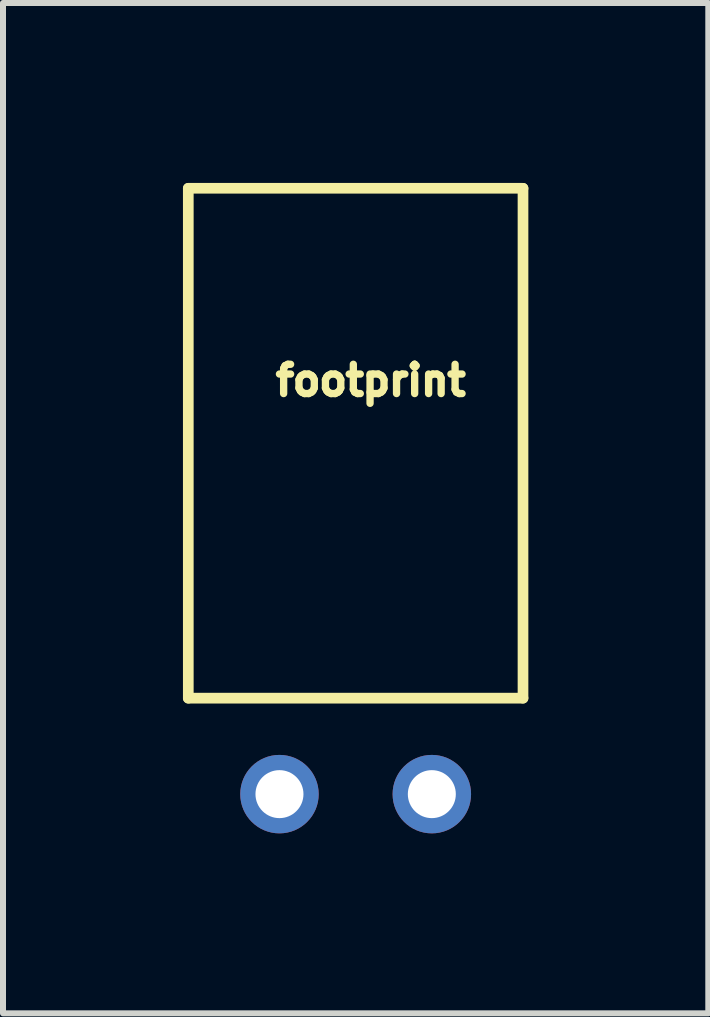
<source format=kicad_pcb>
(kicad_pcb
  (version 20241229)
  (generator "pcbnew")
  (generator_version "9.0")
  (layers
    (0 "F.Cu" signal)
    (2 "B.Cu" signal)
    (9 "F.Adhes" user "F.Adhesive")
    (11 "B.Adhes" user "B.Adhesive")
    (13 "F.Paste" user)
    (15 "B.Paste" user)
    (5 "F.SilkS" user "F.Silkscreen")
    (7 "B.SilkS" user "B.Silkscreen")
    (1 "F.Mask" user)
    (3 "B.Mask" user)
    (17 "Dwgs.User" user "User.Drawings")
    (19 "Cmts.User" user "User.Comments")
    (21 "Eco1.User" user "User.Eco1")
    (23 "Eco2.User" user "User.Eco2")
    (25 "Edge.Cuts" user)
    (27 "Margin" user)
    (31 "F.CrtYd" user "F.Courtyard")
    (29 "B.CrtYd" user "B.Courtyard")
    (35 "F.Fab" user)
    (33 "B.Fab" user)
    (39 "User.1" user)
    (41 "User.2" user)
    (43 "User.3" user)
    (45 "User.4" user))
  (footprint "footprint"
    (layer "F.Cu")
    (at 2.879 4.339)
    (property "Reference" "footprint" (at -1.397 -0.762 0) (layer "F.SilkS") (effects (font (size 0.488 0.488) (thickness 0.122)) (justify left bottom)))
    (fp_line (start -2.79 -4.25) (end -2.79 4.25) (stroke (width 0.178) (type solid)) (layer "F.SilkS"))
    (fp_line (start -2.79 -4.25) (end 2.79 -4.25) (stroke (width 0.178) (type solid)) (layer "F.SilkS"))
    (fp_line (start -2.79 4.25) (end 2.79 4.25) (stroke (width 0.178) (type solid)) (layer "F.SilkS"))
    (fp_line (start 2.79 -4.25) (end 2.79 4.25) (stroke (width 0.178) (type solid)) (layer "F.SilkS"))
    (pad "1" thru_hole circle (at 1.27 5.85) (size 1.308 1.308) (drill 0.8) (layers "*.Cu" "*.Mask"))
    (pad "2" thru_hole circle (at -1.27 5.85) (size 1.308 1.308) (drill 0.8) (layers "*.Cu" "*.Mask")))
  (gr_rect
    (start -3 -3)
    (end 8.758 13.843)
    (stroke (width 0.1) (type default))
    (fill no)
    (layer "Edge.Cuts")))
</source>
